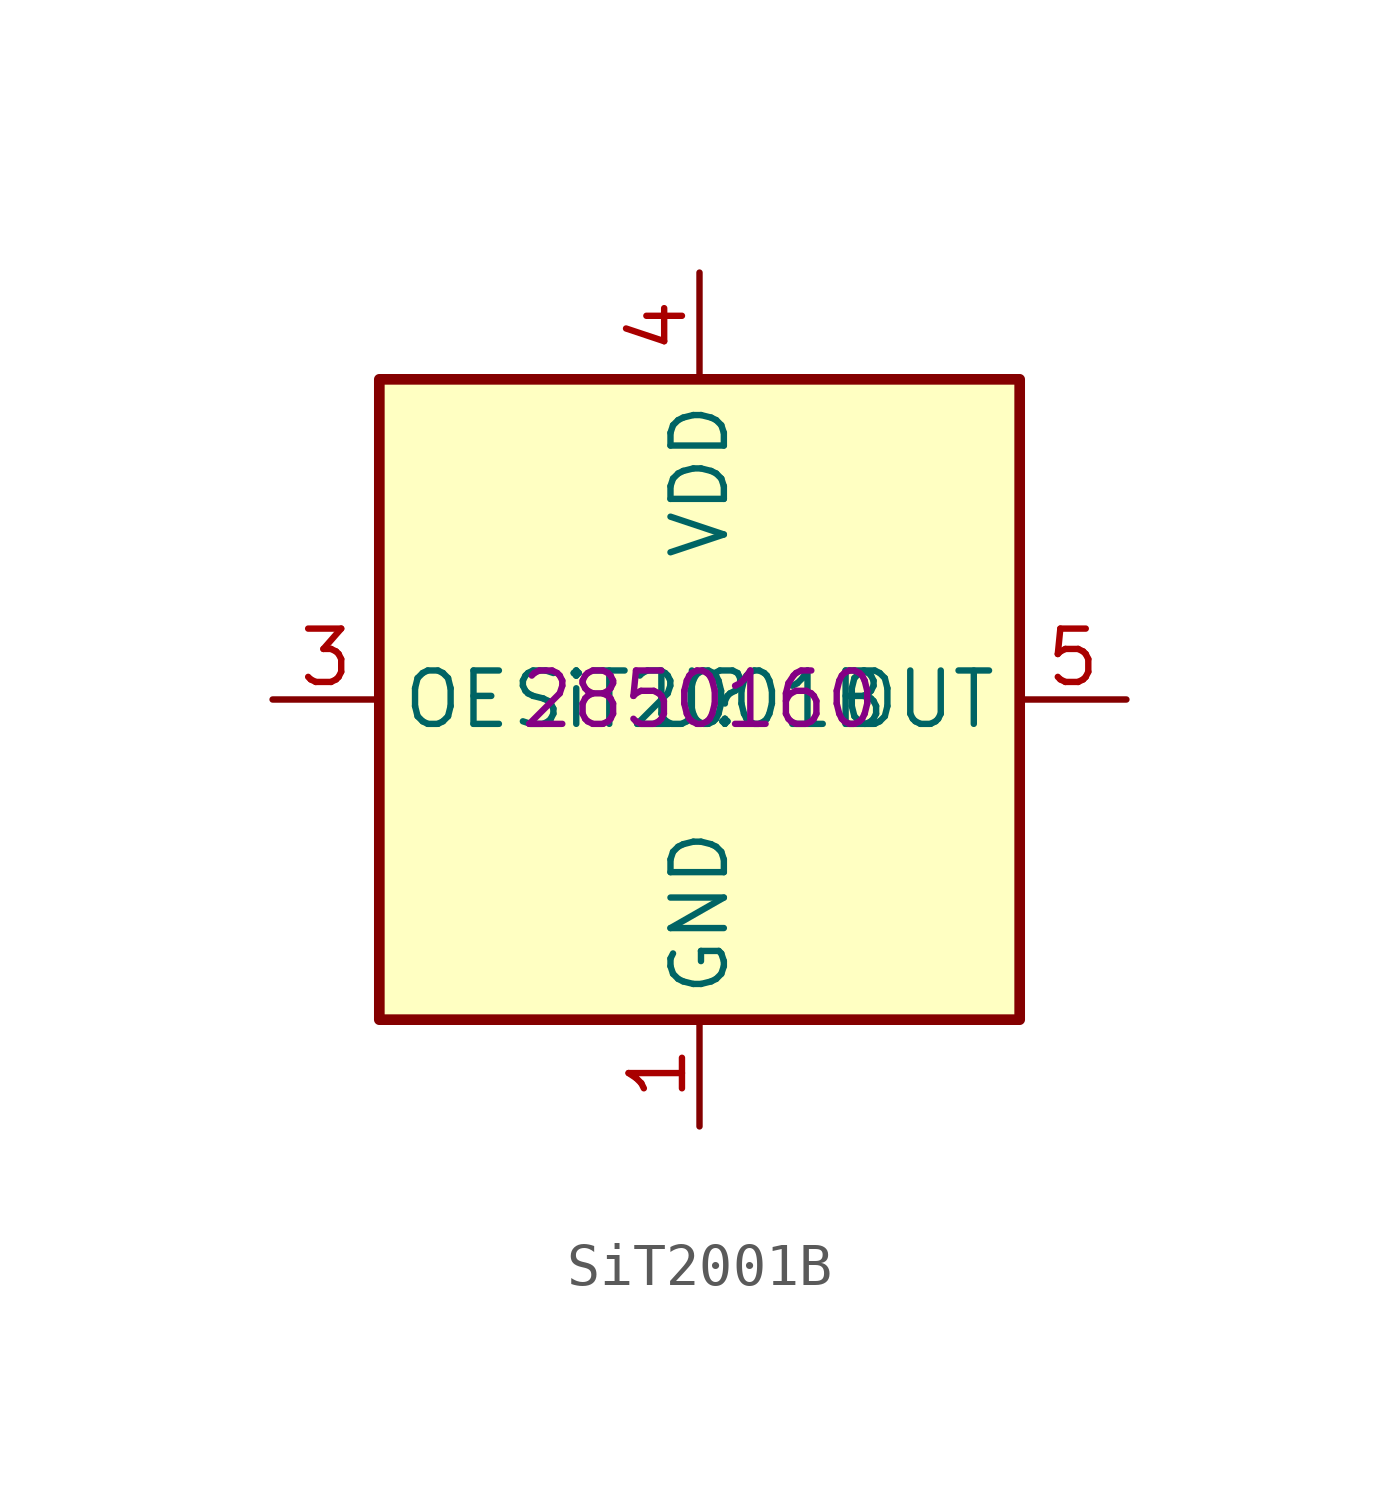
<source format=kicad_sym>
(kicad_symbol_lib
  (version 20220914)
  (generator kicad_symbol_editor)
  (symbol "SiT2001B"
    (property "Reference" "U"
      (at 0 0 0)
      (effects (font (size 1.27 1.27))))
    (property "Value" "SiT2001B"
      (at 0 0 0)
      (effects (font (size 1.27 1.27))))
    (property "Farnell" "2850160"
      (at 0 0 0)
      (effects (font (size 1.27 1.27))))
    (symbol "SiT2001B_0_1"
      (rectangle (start -7.62 7.62) (end 7.62 -7.62) (stroke (width 0.254) (type default)) (fill (type background))))
    (symbol "SiT2001B_1_1"
      (pin power_out line (at 0 -10.16 90) (length 2.54) (name "GND" (effects (font (size 1.27 1.27)))) (number "1" (effects (font (size 1.27 1.27)))))
      (pin no_connect line (at -3.81 -7.62 90) (length 2.54) hide (name "" (effects (font (size 1.27 1.27)))) (number "2" (effects (font (size 1.27 1.27)))))
      (pin input line (at -10.16 0 0) (length 2.54) (name "OE" (effects (font (size 1.27 1.27)))) (number "3" (effects (font (size 1.27 1.27)))))
      (pin power_in line (at 0 10.16 270) (length 2.54) (name "VDD" (effects (font (size 1.27 1.27)))) (number "4" (effects (font (size 1.27 1.27)))))
      (pin output line (at 10.16 0 180) (length 2.54) (name "OUT" (effects (font (size 1.27 1.27)))) (number "5" (effects (font (size 1.27 1.27))))))))
</source>
